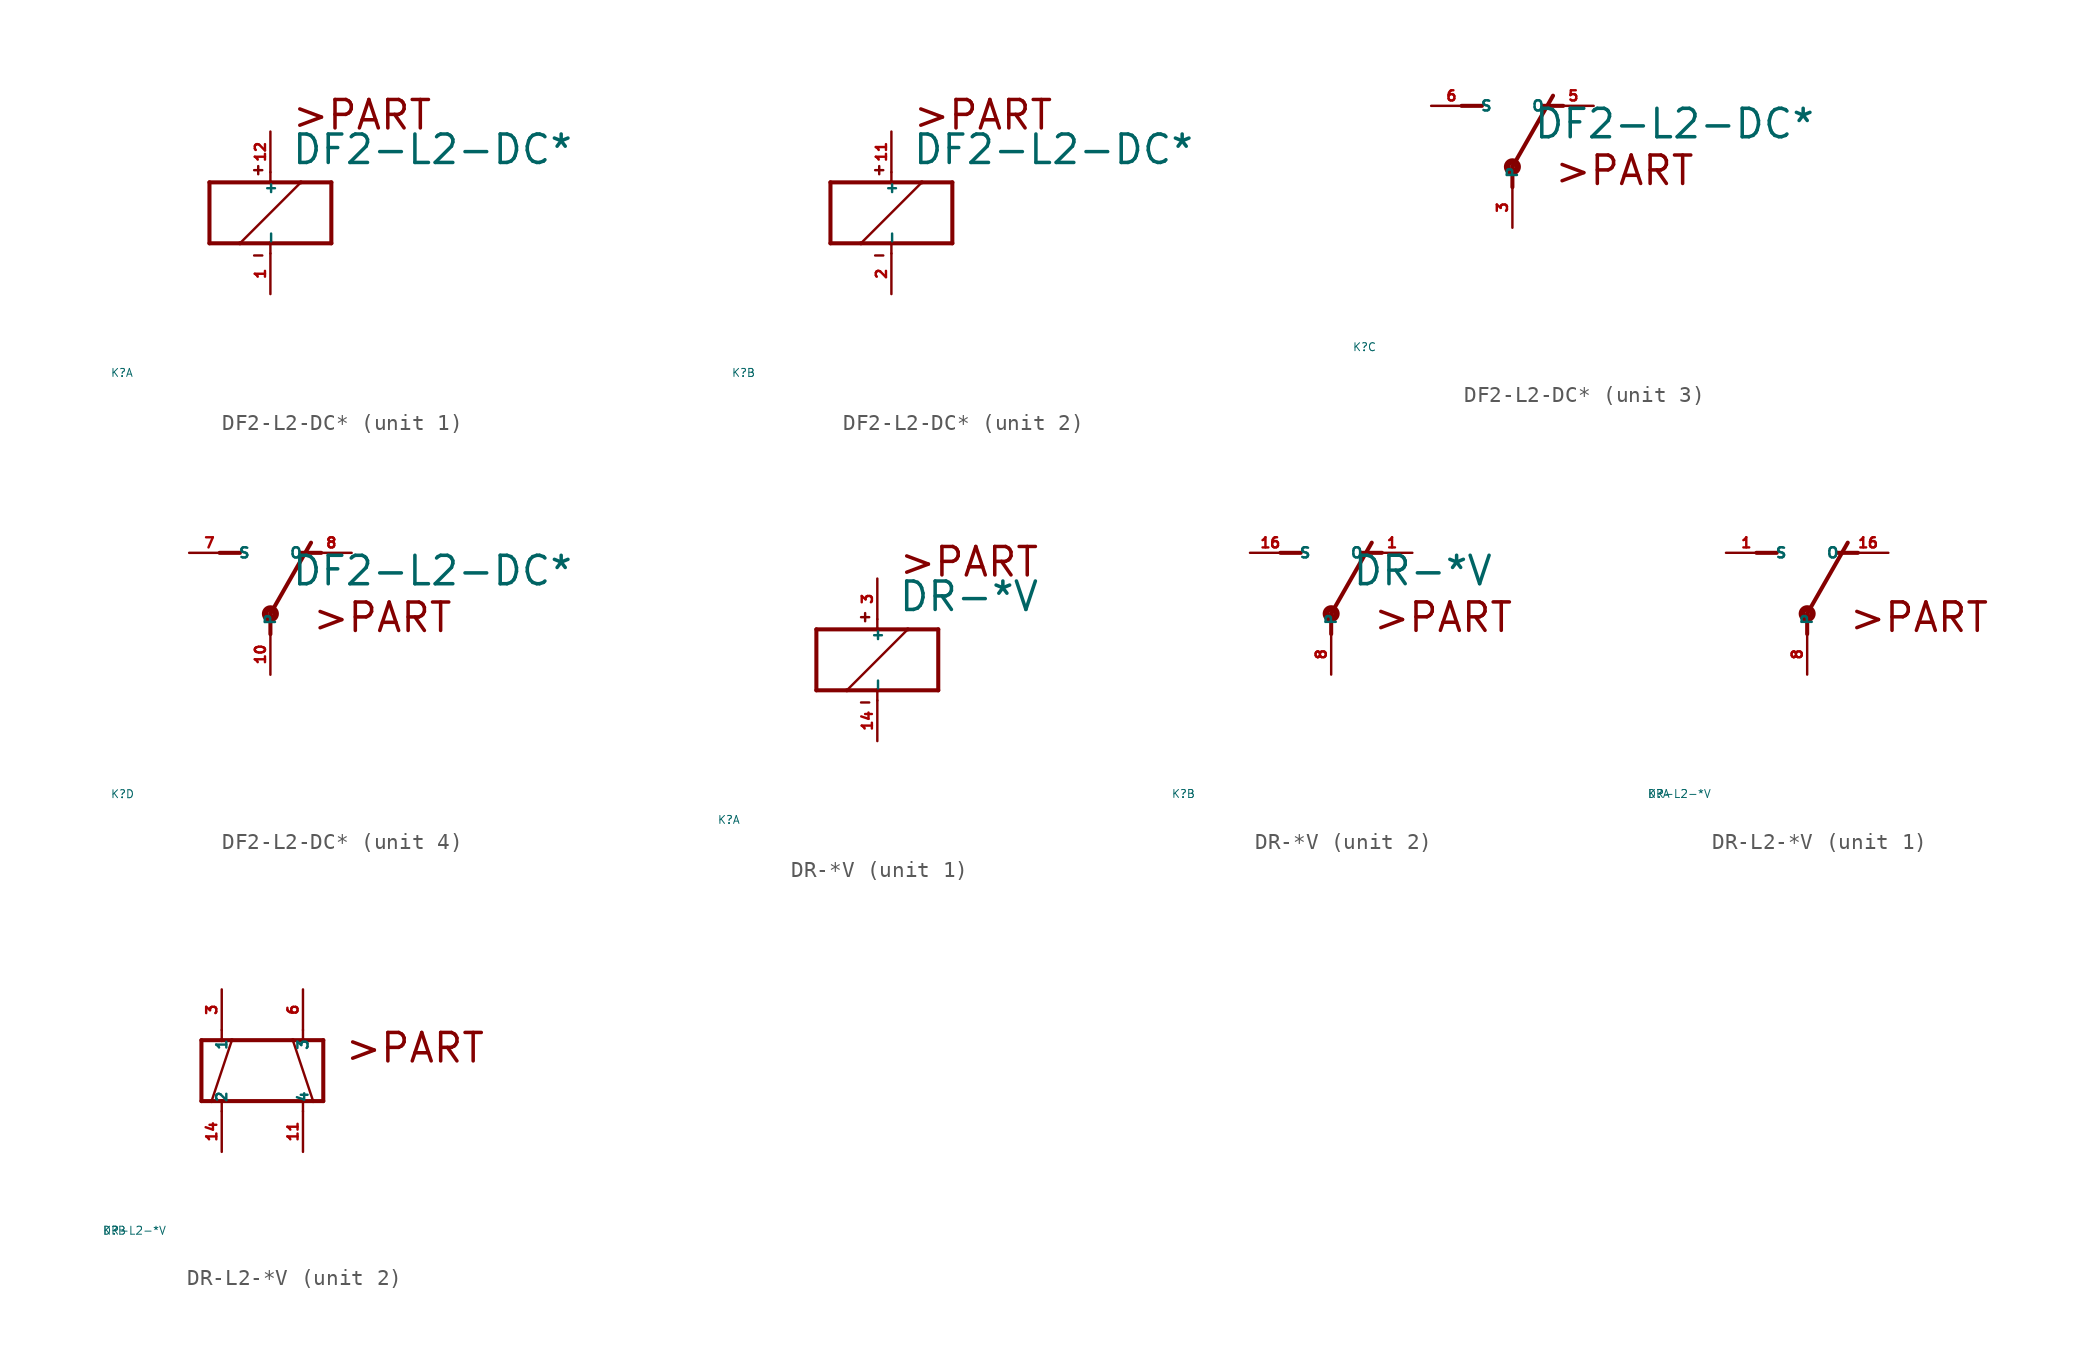
<source format=kicad_sym>
(kicad_symbol_lib
  (version 20220914)
  (generator Eagle2Kicad)
  (symbol "DF2-L2-DC*"
    (property "Reference" "K"
      (at -10 -10 0)
      (effects (font (size 0.5 0.5) (thickness 0.06)) (justify left)))
    (property "Value" "DF2-L2-DC*"
      (at 1.27 2.921 0)
      (effects (font (size 1.778 1.778) (thickness 0.22)) (justify left bottom)))
    (symbol "DF2-L2-DC*_1_0"
      (polyline (pts (xy -3.81 -1.905) (xy -1.905 -1.905)) (stroke (width 0.254) (type default)) (fill (type none)))
      (polyline (pts (xy 3.81 -1.905) (xy 3.81 1.905)) (stroke (width 0.254) (type default)) (fill (type none)))
      (polyline (pts (xy 3.81 1.905) (xy 1.905 1.905)) (stroke (width 0.254) (type default)) (fill (type none)))
      (polyline (pts (xy -3.81 1.905) (xy -3.81 -1.905)) (stroke (width 0.254) (type default)) (fill (type none)))
      (polyline (pts (xy 0 -2.54) (xy 0 -1.905)) (stroke (width 0.152) (type default)) (fill (type none)))
      (polyline (pts (xy 0 -1.905) (xy 3.81 -1.905)) (stroke (width 0.254) (type default)) (fill (type none)))
      (polyline (pts (xy 0 2.54) (xy 0 1.905)) (stroke (width 0.152) (type default)) (fill (type none)))
      (polyline (pts (xy 0 1.905) (xy -3.81 1.905)) (stroke (width 0.254) (type default)) (fill (type none)))
      (polyline (pts (xy -1.905 -1.905) (xy 1.905 1.905)) (stroke (width 0.152) (type default)) (fill (type none)))
      (polyline (pts (xy -1.905 -1.905) (xy 0 -1.905)) (stroke (width 0.254) (type default)) (fill (type none)))
      (polyline (pts (xy 1.905 1.905) (xy 0 1.905)) (stroke (width 0.254) (type default)) (fill (type none)))
      (polyline (pts (xy -1.016 2.667) (xy -0.508 2.667)) (stroke (width 0.152) (type default)) (fill (type none)))
      (polyline (pts (xy -0.762 2.921) (xy -0.762 2.413)) (stroke (width 0.152) (type default)) (fill (type none)))
      (polyline (pts (xy -1.016 -2.667) (xy -0.508 -2.667)) (stroke (width 0.152) (type default)) (fill (type none)))
      (text ">PART" (at 1.27 5.08 0) (effects (font (size 1.778 1.778) (thickness 0.22)) (justify left bottom)))
      (pin passive line (at 0 -5.08 90) (length 2.54) (name "-" (effects (font (size 0.635 0.635) (thickness 0.08)) (justify left bottom))) (number "1" (effects (font (size 0.635 0.635) (thickness 0.08)) (justify left bottom))))
      (pin passive line (at 0 5.08 270) (length 2.54) (name "+" (effects (font (size 0.635 0.635) (thickness 0.08)) (justify left bottom))) (number "12" (effects (font (size 0.635 0.635) (thickness 0.08)) (justify left bottom)))))
    (symbol "DF2-L2-DC*_2_0"
      (polyline (pts (xy -3.81 -1.905) (xy -1.905 -1.905)) (stroke (width 0.254) (type default)) (fill (type none)))
      (polyline (pts (xy 3.81 -1.905) (xy 3.81 1.905)) (stroke (width 0.254) (type default)) (fill (type none)))
      (polyline (pts (xy 3.81 1.905) (xy 1.905 1.905)) (stroke (width 0.254) (type default)) (fill (type none)))
      (polyline (pts (xy -3.81 1.905) (xy -3.81 -1.905)) (stroke (width 0.254) (type default)) (fill (type none)))
      (polyline (pts (xy 0 -2.54) (xy 0 -1.905)) (stroke (width 0.152) (type default)) (fill (type none)))
      (polyline (pts (xy 0 -1.905) (xy 3.81 -1.905)) (stroke (width 0.254) (type default)) (fill (type none)))
      (polyline (pts (xy 0 2.54) (xy 0 1.905)) (stroke (width 0.152) (type default)) (fill (type none)))
      (polyline (pts (xy 0 1.905) (xy -3.81 1.905)) (stroke (width 0.254) (type default)) (fill (type none)))
      (polyline (pts (xy -1.905 -1.905) (xy 1.905 1.905)) (stroke (width 0.152) (type default)) (fill (type none)))
      (polyline (pts (xy -1.905 -1.905) (xy 0 -1.905)) (stroke (width 0.254) (type default)) (fill (type none)))
      (polyline (pts (xy 1.905 1.905) (xy 0 1.905)) (stroke (width 0.254) (type default)) (fill (type none)))
      (polyline (pts (xy -1.016 2.667) (xy -0.508 2.667)) (stroke (width 0.152) (type default)) (fill (type none)))
      (polyline (pts (xy -0.762 2.921) (xy -0.762 2.413)) (stroke (width 0.152) (type default)) (fill (type none)))
      (polyline (pts (xy -1.016 -2.667) (xy -0.508 -2.667)) (stroke (width 0.152) (type default)) (fill (type none)))
      (text ">PART" (at 1.27 5.08 0) (effects (font (size 1.778 1.778) (thickness 0.22)) (justify left bottom)))
      (pin passive line (at 0 -5.08 90) (length 2.54) (name "-" (effects (font (size 0.635 0.635) (thickness 0.08)) (justify left bottom))) (number "2" (effects (font (size 0.635 0.635) (thickness 0.08)) (justify left bottom))))
      (pin passive line (at 0 5.08 270) (length 2.54) (name "+" (effects (font (size 0.635 0.635) (thickness 0.08)) (justify left bottom))) (number "11" (effects (font (size 0.635 0.635) (thickness 0.08)) (justify left bottom)))))
    (symbol "DF2-L2-DC*_3_0"
      (polyline (pts (xy 3.175 5.08) (xy 1.905 5.08)) (stroke (width 0.254) (type default)) (fill (type none)))
      (polyline (pts (xy -3.175 5.08) (xy -1.905 5.08)) (stroke (width 0.254) (type default)) (fill (type none)))
      (polyline (pts (xy 0 1.27) (xy 2.54 5.715)) (stroke (width 0.254) (type default)) (fill (type none)))
      (polyline (pts (xy 0 1.27) (xy 0 0)) (stroke (width 0.254) (type default)) (fill (type none)))
      (text ">PART" (at 2.54 0 0) (effects (font (size 1.778 1.778) (thickness 0.22)) (justify left bottom)))
      (circle (center 0 1.27) (radius 0.127) (stroke (width 0.406) (type default)) (fill (type none)))
      (pin passive line (at 5.08 5.08 180) (length 2.54) (name "O" (effects (font (size 0.635 0.635) (thickness 0.08)) (justify left bottom))) (number "5" (effects (font (size 0.635 0.635) (thickness 0.08)) (justify left bottom))))
      (pin passive line (at -5.08 5.08 0) (length 2.54) (name "S" (effects (font (size 0.635 0.635) (thickness 0.08)) (justify left bottom))) (number "6" (effects (font (size 0.635 0.635) (thickness 0.08)) (justify left bottom))))
      (pin passive line (at 0 -2.54 90) (length 2.54) (name "P" (effects (font (size 0.635 0.635) (thickness 0.08)) (justify left bottom))) (number "3" (effects (font (size 0.635 0.635) (thickness 0.08)) (justify left bottom)))))
    (symbol "DF2-L2-DC*_4_0"
      (polyline (pts (xy 3.175 5.08) (xy 1.905 5.08)) (stroke (width 0.254) (type default)) (fill (type none)))
      (polyline (pts (xy -3.175 5.08) (xy -1.905 5.08)) (stroke (width 0.254) (type default)) (fill (type none)))
      (polyline (pts (xy 0 1.27) (xy 2.54 5.715)) (stroke (width 0.254) (type default)) (fill (type none)))
      (polyline (pts (xy 0 1.27) (xy 0 0)) (stroke (width 0.254) (type default)) (fill (type none)))
      (text ">PART" (at 2.54 0 0) (effects (font (size 1.778 1.778) (thickness 0.22)) (justify left bottom)))
      (circle (center 0 1.27) (radius 0.127) (stroke (width 0.406) (type default)) (fill (type none)))
      (pin passive line (at 5.08 5.08 180) (length 2.54) (name "O" (effects (font (size 0.635 0.635) (thickness 0.08)) (justify left bottom))) (number "8" (effects (font (size 0.635 0.635) (thickness 0.08)) (justify left bottom))))
      (pin passive line (at -5.08 5.08 0) (length 2.54) (name "S" (effects (font (size 0.635 0.635) (thickness 0.08)) (justify left bottom))) (number "7" (effects (font (size 0.635 0.635) (thickness 0.08)) (justify left bottom))))
      (pin passive line (at 0 -2.54 90) (length 2.54) (name "P" (effects (font (size 0.635 0.635) (thickness 0.08)) (justify left bottom))) (number "10" (effects (font (size 0.635 0.635) (thickness 0.08)) (justify left bottom))))))
  (symbol "DR-*V"
    (property "Reference" "K"
      (at -10 -10 0)
      (effects (font (size 0.5 0.5) (thickness 0.06)) (justify left)))
    (property "Value" "DR-*V"
      (at 1.27 2.921 0)
      (effects (font (size 1.778 1.778) (thickness 0.22)) (justify left bottom)))
    (symbol "DR-*V_1_0"
      (polyline (pts (xy -3.81 -1.905) (xy -1.905 -1.905)) (stroke (width 0.254) (type default)) (fill (type none)))
      (polyline (pts (xy 3.81 -1.905) (xy 3.81 1.905)) (stroke (width 0.254) (type default)) (fill (type none)))
      (polyline (pts (xy 3.81 1.905) (xy 1.905 1.905)) (stroke (width 0.254) (type default)) (fill (type none)))
      (polyline (pts (xy -3.81 1.905) (xy -3.81 -1.905)) (stroke (width 0.254) (type default)) (fill (type none)))
      (polyline (pts (xy 0 -2.54) (xy 0 -1.905)) (stroke (width 0.152) (type default)) (fill (type none)))
      (polyline (pts (xy 0 -1.905) (xy 3.81 -1.905)) (stroke (width 0.254) (type default)) (fill (type none)))
      (polyline (pts (xy 0 2.54) (xy 0 1.905)) (stroke (width 0.152) (type default)) (fill (type none)))
      (polyline (pts (xy 0 1.905) (xy -3.81 1.905)) (stroke (width 0.254) (type default)) (fill (type none)))
      (polyline (pts (xy -1.905 -1.905) (xy 1.905 1.905)) (stroke (width 0.152) (type default)) (fill (type none)))
      (polyline (pts (xy -1.905 -1.905) (xy 0 -1.905)) (stroke (width 0.254) (type default)) (fill (type none)))
      (polyline (pts (xy 1.905 1.905) (xy 0 1.905)) (stroke (width 0.254) (type default)) (fill (type none)))
      (polyline (pts (xy -1.016 2.667) (xy -0.508 2.667)) (stroke (width 0.152) (type default)) (fill (type none)))
      (polyline (pts (xy -0.762 2.921) (xy -0.762 2.413)) (stroke (width 0.152) (type default)) (fill (type none)))
      (polyline (pts (xy -1.016 -2.667) (xy -0.508 -2.667)) (stroke (width 0.152) (type default)) (fill (type none)))
      (text ">PART" (at 1.27 5.08 0) (effects (font (size 1.778 1.778) (thickness 0.22)) (justify left bottom)))
      (pin passive line (at 0 -5.08 90) (length 2.54) (name "-" (effects (font (size 0.635 0.635) (thickness 0.08)) (justify left bottom))) (number "14" (effects (font (size 0.635 0.635) (thickness 0.08)) (justify left bottom))))
      (pin passive line (at 0 5.08 270) (length 2.54) (name "+" (effects (font (size 0.635 0.635) (thickness 0.08)) (justify left bottom))) (number "3" (effects (font (size 0.635 0.635) (thickness 0.08)) (justify left bottom)))))
    (symbol "DR-*V_2_0"
      (polyline (pts (xy 3.175 5.08) (xy 1.905 5.08)) (stroke (width 0.254) (type default)) (fill (type none)))
      (polyline (pts (xy -3.175 5.08) (xy -1.905 5.08)) (stroke (width 0.254) (type default)) (fill (type none)))
      (polyline (pts (xy 0 1.27) (xy 2.54 5.715)) (stroke (width 0.254) (type default)) (fill (type none)))
      (polyline (pts (xy 0 1.27) (xy 0 0)) (stroke (width 0.254) (type default)) (fill (type none)))
      (text ">PART" (at 2.54 0 0) (effects (font (size 1.778 1.778) (thickness 0.22)) (justify left bottom)))
      (circle (center 0 1.27) (radius 0.127) (stroke (width 0.406) (type default)) (fill (type none)))
      (pin passive line (at 5.08 5.08 180) (length 2.54) (name "O" (effects (font (size 0.635 0.635) (thickness 0.08)) (justify left bottom))) (number "1" (effects (font (size 0.635 0.635) (thickness 0.08)) (justify left bottom))))
      (pin passive line (at -5.08 5.08 0) (length 2.54) (name "S" (effects (font (size 0.635 0.635) (thickness 0.08)) (justify left bottom))) (number "16" (effects (font (size 0.635 0.635) (thickness 0.08)) (justify left bottom))))
      (pin passive line (at 0 -2.54 90) (length 2.54) (name "P" (effects (font (size 0.635 0.635) (thickness 0.08)) (justify left bottom))) (number "8" (effects (font (size 0.635 0.635) (thickness 0.08)) (justify left bottom))))))
  (symbol "DR-L2-*V"
    (property "Reference" "K"
      (at -10 -10 0)
      (effects (font (size 0.5 0.5) (thickness 0.06)) (justify left)))
    (property "Value" "DR-L2-*V"
      (at -10 -10 0)
      (effects (font (size 0.5 0.5) (thickness 0.06)) (justify left)))
    (symbol "DR-L2-*V_1_0"
      (polyline (pts (xy 3.175 5.08) (xy 1.905 5.08)) (stroke (width 0.254) (type default)) (fill (type none)))
      (polyline (pts (xy -3.175 5.08) (xy -1.905 5.08)) (stroke (width 0.254) (type default)) (fill (type none)))
      (polyline (pts (xy 0 1.27) (xy 2.54 5.715)) (stroke (width 0.254) (type default)) (fill (type none)))
      (polyline (pts (xy 0 1.27) (xy 0 0)) (stroke (width 0.254) (type default)) (fill (type none)))
      (text ">PART" (at 2.54 0 0) (effects (font (size 1.778 1.778) (thickness 0.22)) (justify left bottom)))
      (circle (center 0 1.27) (radius 0.127) (stroke (width 0.406) (type default)) (fill (type none)))
      (pin passive line (at 5.08 5.08 180) (length 2.54) (name "O" (effects (font (size 0.635 0.635) (thickness 0.08)) (justify left bottom))) (number "16" (effects (font (size 0.635 0.635) (thickness 0.08)) (justify left bottom))))
      (pin passive line (at -5.08 5.08 0) (length 2.54) (name "S" (effects (font (size 0.635 0.635) (thickness 0.08)) (justify left bottom))) (number "1" (effects (font (size 0.635 0.635) (thickness 0.08)) (justify left bottom))))
      (pin passive line (at 0 -2.54 90) (length 2.54) (name "P" (effects (font (size 0.635 0.635) (thickness 0.08)) (justify left bottom))) (number "8" (effects (font (size 0.635 0.635) (thickness 0.08)) (justify left bottom)))))
    (symbol "DR-L2-*V_2_0"
      (polyline (pts (xy -3.81 -1.905) (xy -3.175 -1.905)) (stroke (width 0.254) (type default)) (fill (type none)))
      (polyline (pts (xy 3.81 -1.905) (xy 3.81 1.905)) (stroke (width 0.254) (type default)) (fill (type none)))
      (polyline (pts (xy -3.81 1.905) (xy -3.81 -1.905)) (stroke (width 0.254) (type default)) (fill (type none)))
      (polyline (pts (xy 1.905 1.905) (xy 3.175 -1.905)) (stroke (width 0.152) (type default)) (fill (type none)))
      (polyline (pts (xy -3.175 -1.905) (xy -1.905 1.905)) (stroke (width 0.152) (type default)) (fill (type none)))
      (polyline (pts (xy 2.54 -1.905) (xy 2.54 -2.54)) (stroke (width 0.152) (type default)) (fill (type none)))
      (polyline (pts (xy -3.175 -1.905) (xy -2.54 -1.905)) (stroke (width 0.254) (type default)) (fill (type none)))
      (polyline (pts (xy 3.175 -1.905) (xy 3.81 -1.905)) (stroke (width 0.254) (type default)) (fill (type none)))
      (polyline (pts (xy -1.905 1.905) (xy -2.54 1.905)) (stroke (width 0.254) (type default)) (fill (type none)))
      (polyline (pts (xy 1.905 1.905) (xy 2.54 1.905)) (stroke (width 0.254) (type default)) (fill (type none)))
      (polyline (pts (xy -1.905 1.905) (xy 1.905 1.905)) (stroke (width 0.254) (type default)) (fill (type none)))
      (polyline (pts (xy 2.54 -1.905) (xy 3.175 -1.905)) (stroke (width 0.254) (type default)) (fill (type none)))
      (polyline (pts (xy -2.54 -2.54) (xy -2.54 -1.905)) (stroke (width 0.152) (type default)) (fill (type none)))
      (polyline (pts (xy -2.54 1.905) (xy -2.54 2.54)) (stroke (width 0.152) (type default)) (fill (type none)))
      (polyline (pts (xy -2.54 1.905) (xy -3.81 1.905)) (stroke (width 0.254) (type default)) (fill (type none)))
      (polyline (pts (xy 2.54 1.905) (xy 2.54 2.54)) (stroke (width 0.152) (type default)) (fill (type none)))
      (polyline (pts (xy 2.54 1.905) (xy 3.81 1.905)) (stroke (width 0.254) (type default)) (fill (type none)))
      (polyline (pts (xy -2.54 -1.905) (xy 2.54 -1.905)) (stroke (width 0.254) (type default)) (fill (type none)))
      (text ">PART" (at 5.08 0.381 0) (effects (font (size 1.778 1.778) (thickness 0.22)) (justify left bottom)))
      (pin passive line (at -2.54 5.08 270) (length 2.54) (name "1" (effects (font (size 0.635 0.635) (thickness 0.08)) (justify left bottom))) (number "3" (effects (font (size 0.635 0.635) (thickness 0.08)) (justify left bottom))))
      (pin passive line (at 2.54 -5.08 90) (length 2.54) (name "4" (effects (font (size 0.635 0.635) (thickness 0.08)) (justify left bottom))) (number "11" (effects (font (size 0.635 0.635) (thickness 0.08)) (justify left bottom))))
      (pin passive line (at -2.54 -5.08 90) (length 2.54) (name "2" (effects (font (size 0.635 0.635) (thickness 0.08)) (justify left bottom))) (number "14" (effects (font (size 0.635 0.635) (thickness 0.08)) (justify left bottom))))
      (pin passive line (at 2.54 5.08 270) (length 2.54) (name "3" (effects (font (size 0.635 0.635) (thickness 0.08)) (justify left bottom))) (number "6" (effects (font (size 0.635 0.635) (thickness 0.08)) (justify left bottom)))))))
</source>
